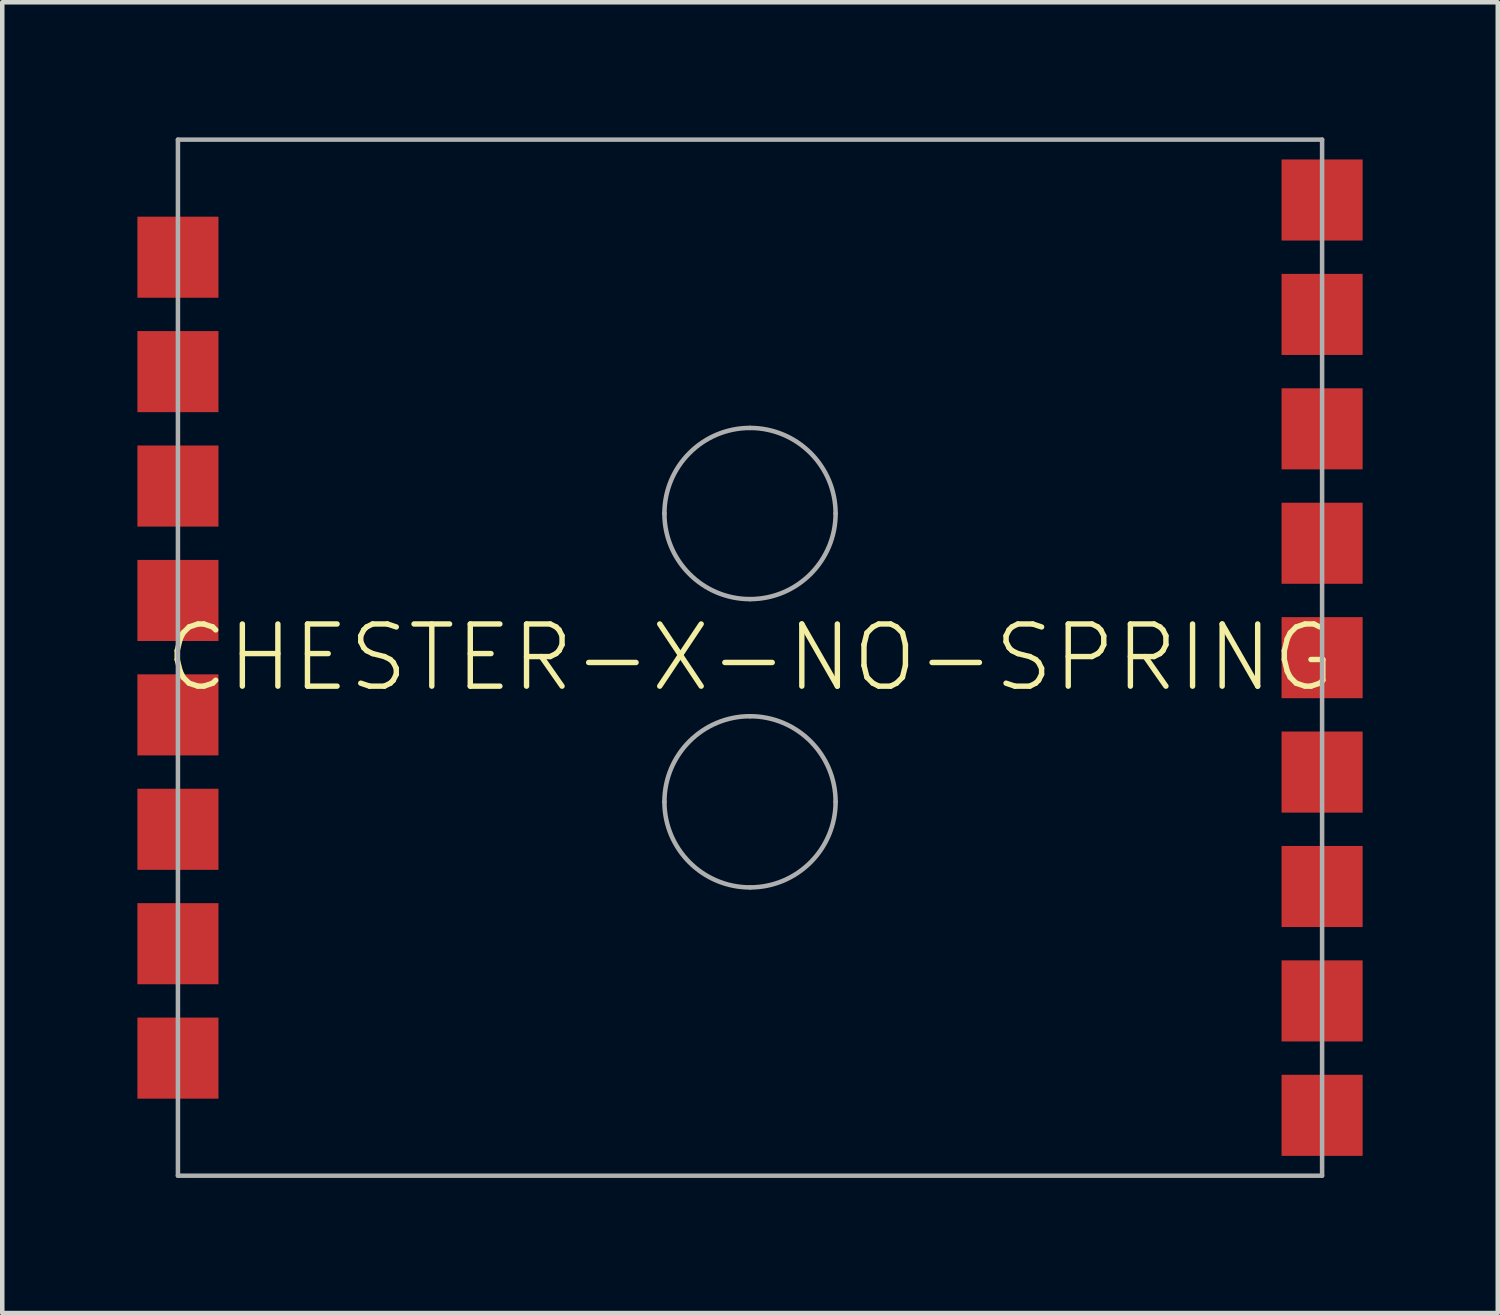
<source format=kicad_pcb>
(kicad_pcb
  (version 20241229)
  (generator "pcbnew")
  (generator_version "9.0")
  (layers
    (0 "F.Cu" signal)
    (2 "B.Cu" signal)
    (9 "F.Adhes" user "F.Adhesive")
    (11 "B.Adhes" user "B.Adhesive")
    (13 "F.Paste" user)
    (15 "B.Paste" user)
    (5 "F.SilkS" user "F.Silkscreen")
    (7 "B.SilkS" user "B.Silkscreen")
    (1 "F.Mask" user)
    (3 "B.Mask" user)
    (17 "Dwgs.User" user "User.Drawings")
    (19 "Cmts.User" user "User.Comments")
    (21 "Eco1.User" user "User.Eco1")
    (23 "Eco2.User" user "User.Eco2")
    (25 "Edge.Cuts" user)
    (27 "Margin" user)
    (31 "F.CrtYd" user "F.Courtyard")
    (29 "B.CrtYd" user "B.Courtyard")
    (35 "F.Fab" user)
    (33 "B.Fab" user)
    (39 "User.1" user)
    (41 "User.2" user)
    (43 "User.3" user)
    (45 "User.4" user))
  (footprint "CHESTER-X-NO-SPRING"
    (layer "F.Cu")
    (at 13.6 11.55)
    (property "Reference" "CHESTER-X-NO-SPRING" (at 0 0 0) (unlocked yes) (layer "F.SilkS") (effects (font (size 1.38 1.38) (thickness 0.12))))
    (fp_line (start -12.7 -11.5) (end -12.7 11.5) (stroke (width 0.1) (type solid)) (layer "F.Fab"))
    (fp_line (start -12.7 11.5) (end 12.7 11.5) (stroke (width 0.1) (type solid)) (layer "F.Fab"))
    (fp_line (start 12.7 -11.5) (end -12.7 -11.5) (stroke (width 0.1) (type solid)) (layer "F.Fab"))
    (fp_line (start 12.7 11.5) (end 12.7 -11.5) (stroke (width 0.1) (type solid)) (layer "F.Fab"))
    (fp_arc (start -1.9 -3.2) (mid -1.343503 -4.543503) (end 0 -5.1) (stroke (width 0.1) (type solid)) (layer "F.Fab"))
    (fp_arc (start -1.9 3.2) (mid -1.343503 1.856497) (end 0 1.3) (stroke (width 0.1) (type solid)) (layer "F.Fab"))
    (fp_arc (start 0 -5.1) (mid 1.343503 -4.543503) (end 1.9 -3.2) (stroke (width 0.1) (type solid)) (layer "F.Fab"))
    (fp_arc (start 0 -1.3) (mid -1.343503 -1.856497) (end -1.9 -3.2) (stroke (width 0.1) (type solid)) (layer "F.Fab"))
    (fp_arc (start 0 1.3) (mid 1.343503 1.856497) (end 1.9 3.2) (stroke (width 0.1) (type solid)) (layer "F.Fab"))
    (fp_arc (start 0 5.1) (mid -1.343503 4.543503) (end -1.9 3.2) (stroke (width 0.1) (type solid)) (layer "F.Fab"))
    (fp_arc (start 1.9 -3.2) (mid 1.343503 -1.856497) (end 0 -1.3) (stroke (width 0.1) (type solid)) (layer "F.Fab"))
    (fp_arc (start 1.9 3.2) (mid 1.343503 4.543503) (end 0 5.1) (stroke (width 0.1) (type solid)) (layer "F.Fab"))
    (pad "1A" smd rect (at -12.7 8.89) (size 1.8 1.8) (layers "F.Cu" "F.Mask"))
    (pad "2A" smd rect (at -12.7 6.35) (size 1.8 1.8) (layers "F.Cu" "F.Mask"))
    (pad "3A" smd rect (at -12.7 3.81) (size 1.8 1.8) (layers "F.Cu" "F.Mask"))
    (pad "4A" smd rect (at -12.7 1.27) (size 1.8 1.8) (layers "F.Cu" "F.Mask"))
    (pad "5A" smd rect (at -12.7 -1.27) (size 1.8 1.8) (layers "F.Cu" "F.Mask"))
    (pad "6A" smd rect (at -12.7 -3.81) (size 1.8 1.8) (layers "F.Cu" "F.Mask"))
    (pad "7A" smd rect (at -12.7 -6.35) (size 1.8 1.8) (layers "F.Cu" "F.Mask"))
    (pad "8A" smd rect (at -12.7 -8.89) (size 1.8 1.8) (layers "F.Cu" "F.Mask"))
    (pad "9A" smd rect (at 12.7 -10.16) (size 1.8 1.8) (layers "F.Cu" "F.Mask"))
    (pad "10A" smd rect (at 12.7 -7.62) (size 1.8 1.8) (layers "F.Cu" "F.Mask"))
    (pad "11A" smd rect (at 12.7 -5.08) (size 1.8 1.8) (layers "F.Cu" "F.Mask"))
    (pad "12A" smd rect (at 12.7 -2.54) (size 1.8 1.8) (layers "F.Cu" "F.Mask"))
    (pad "13A" smd rect (at 12.7 0) (size 1.8 1.8) (layers "F.Cu" "F.Mask"))
    (pad "14A" smd rect (at 12.7 2.54) (size 1.8 1.8) (layers "F.Cu" "F.Mask"))
    (pad "15A" smd rect (at 12.7 5.08) (size 1.8 1.8) (layers "F.Cu" "F.Mask"))
    (pad "16A" smd rect (at 12.7 7.62) (size 1.8 1.8) (layers "F.Cu" "F.Mask"))
    (pad "17A" smd rect (at 12.7 10.16) (size 1.8 1.8) (layers "F.Cu" "F.Mask")))
  (gr_rect
    (start -3 -3)
    (end 30.2 26.1)
    (stroke (width 0.1) (type default))
    (fill no)
    (layer "Edge.Cuts")))
</source>
